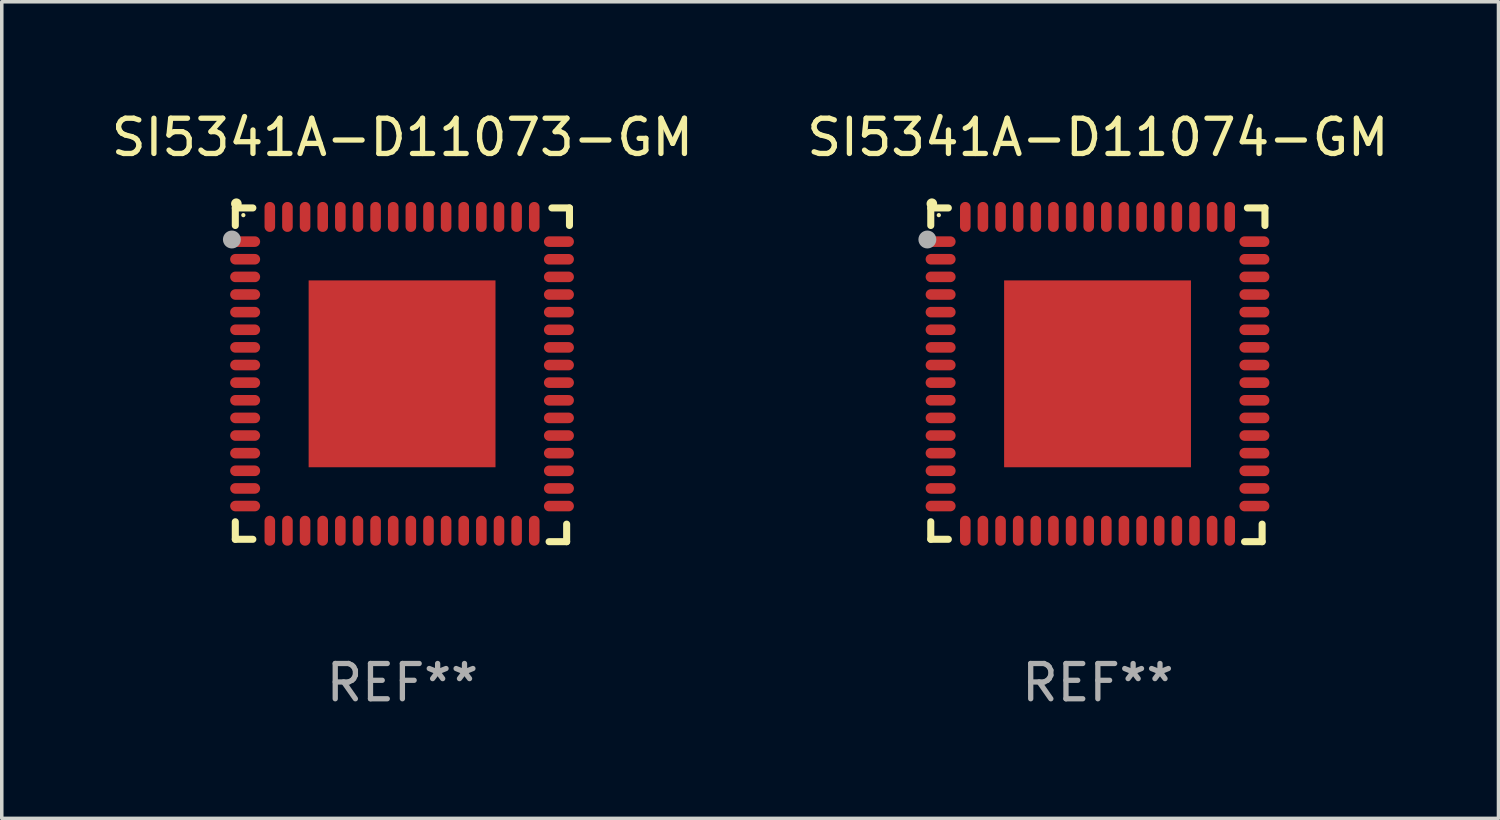
<source format=kicad_pcb>
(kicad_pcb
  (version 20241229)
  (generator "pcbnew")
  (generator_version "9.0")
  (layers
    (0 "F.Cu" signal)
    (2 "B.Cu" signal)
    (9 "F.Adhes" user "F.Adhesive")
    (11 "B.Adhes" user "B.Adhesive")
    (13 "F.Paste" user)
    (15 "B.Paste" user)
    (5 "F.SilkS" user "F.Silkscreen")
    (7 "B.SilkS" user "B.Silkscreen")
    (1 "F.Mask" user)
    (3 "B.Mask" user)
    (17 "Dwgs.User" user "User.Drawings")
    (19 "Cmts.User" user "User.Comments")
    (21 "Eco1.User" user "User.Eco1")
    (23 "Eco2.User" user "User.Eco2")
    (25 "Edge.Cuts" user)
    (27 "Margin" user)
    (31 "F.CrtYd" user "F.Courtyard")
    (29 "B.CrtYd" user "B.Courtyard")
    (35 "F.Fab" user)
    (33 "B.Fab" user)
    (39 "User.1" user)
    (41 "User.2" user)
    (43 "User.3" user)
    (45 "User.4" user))
  (footprint "SI5341A-D11073-GM"
    (layer "F.Cu")
    (at 8.363 7.581)
    (property "Reference" "SI5341A-D11073-GM" (at 0 -6.733 0) (layer "F.SilkS") (effects (font (size 1 1) (thickness 0.15))))
    (attr through_hole)
    (fp_line (start -4.739 -4.733) (end -4.241 -4.733) (stroke (width 0.2) (type solid)) (layer "F.SilkS"))
    (fp_line (start -4.739 -4.235) (end -4.739 -4.733) (stroke (width 0.2) (type solid)) (layer "F.SilkS"))
    (fp_line (start -4.739 4.168) (end -4.739 4.665) (stroke (width 0.2) (type solid)) (layer "F.SilkS"))
    (fp_line (start -4.739 4.665) (end -4.241 4.665) (stroke (width 0.2) (type solid)) (layer "F.SilkS"))
    (fp_line (start 4.161 4.733) (end 4.659 4.733) (stroke (width 0.2) (type solid)) (layer "F.SilkS"))
    (fp_line (start 4.241 -4.733) (end 4.739 -4.733) (stroke (width 0.2) (type solid)) (layer "F.SilkS"))
    (fp_line (start 4.659 4.733) (end 4.659 4.235) (stroke (width 0.2) (type solid)) (layer "F.SilkS"))
    (fp_line (start 4.739 -4.733) (end 4.739 -4.235) (stroke (width 0.2) (type solid)) (layer "F.SilkS"))
    (fp_arc (start -4.708623 -4.85108) (mid -4.708628 -4.85235) (end -4.708623 -4.85362) (stroke (width 0.3) (type solid)) (layer "F.SilkS"))
    (fp_circle (center -4.511 -4.529) (end -4.481 -4.529) (stroke (width 0.06) (type solid)) (fill no) (layer "F.SilkS"))
    (fp_circle (center -4.836 -3.838) (end -4.709 -3.838) (stroke (width 0.254) (type solid)) (fill no) (layer "F.Fab"))
    (fp_text user "REF**" (at 0 8.733 0) (layer "F.Fab") (effects (font (size 1 1) (thickness 0.15))))
    (pad "1" smd oval (at -4.46 -3.778) (size 0.85 0.3) (layers "F.Cu" "F.Mask" "F.Paste"))
    (pad "2" smd oval (at -4.46 -3.278) (size 0.85 0.3) (layers "F.Cu" "F.Mask" "F.Paste"))
    (pad "3" smd oval (at -4.46 -2.778) (size 0.85 0.3) (layers "F.Cu" "F.Mask" "F.Paste"))
    (pad "4" smd oval (at -4.46 -2.278) (size 0.85 0.3) (layers "F.Cu" "F.Mask" "F.Paste"))
    (pad "5" smd oval (at -4.46 -1.778) (size 0.85 0.3) (layers "F.Cu" "F.Mask" "F.Paste"))
    (pad "6" smd oval (at -4.46 -1.278) (size 0.85 0.3) (layers "F.Cu" "F.Mask" "F.Paste"))
    (pad "7" smd oval (at -4.46 -0.778) (size 0.85 0.3) (layers "F.Cu" "F.Mask" "F.Paste"))
    (pad "8" smd oval (at -4.46 -0.278) (size 0.85 0.3) (layers "F.Cu" "F.Mask" "F.Paste"))
    (pad "9" smd oval (at -4.46 0.222) (size 0.85 0.3) (layers "F.Cu" "F.Mask" "F.Paste"))
    (pad "10" smd oval (at -4.46 0.722) (size 0.85 0.3) (layers "F.Cu" "F.Mask" "F.Paste"))
    (pad "11" smd oval (at -4.46 1.222) (size 0.85 0.3) (layers "F.Cu" "F.Mask" "F.Paste"))
    (pad "12" smd oval (at -4.46 1.722) (size 0.85 0.3) (layers "F.Cu" "F.Mask" "F.Paste"))
    (pad "13" smd oval (at -4.46 2.222) (size 0.85 0.3) (layers "F.Cu" "F.Mask" "F.Paste"))
    (pad "14" smd oval (at -4.46 2.722) (size 0.85 0.3) (layers "F.Cu" "F.Mask" "F.Paste"))
    (pad "15" smd oval (at -4.46 3.222) (size 0.85 0.3) (layers "F.Cu" "F.Mask" "F.Paste"))
    (pad "16" smd oval (at -4.46 3.722) (size 0.85 0.3) (layers "F.Cu" "F.Mask" "F.Paste"))
    (pad "17" smd oval (at -3.76 4.422) (size 0.3 0.85) (layers "F.Cu" "F.Mask" "F.Paste"))
    (pad "18" smd oval (at -3.26 4.422) (size 0.3 0.85) (layers "F.Cu" "F.Mask" "F.Paste"))
    (pad "19" smd oval (at -2.76 4.422) (size 0.3 0.85) (layers "F.Cu" "F.Mask" "F.Paste"))
    (pad "20" smd oval (at -2.26 4.422) (size 0.3 0.85) (layers "F.Cu" "F.Mask" "F.Paste"))
    (pad "21" smd oval (at -1.76 4.422) (size 0.3 0.85) (layers "F.Cu" "F.Mask" "F.Paste"))
    (pad "22" smd oval (at -1.26 4.422) (size 0.3 0.85) (layers "F.Cu" "F.Mask" "F.Paste"))
    (pad "23" smd oval (at -0.76 4.422) (size 0.3 0.85) (layers "F.Cu" "F.Mask" "F.Paste"))
    (pad "24" smd oval (at -0.26 4.422) (size 0.3 0.85) (layers "F.Cu" "F.Mask" "F.Paste"))
    (pad "25" smd oval (at 0.24 4.422) (size 0.3 0.85) (layers "F.Cu" "F.Mask" "F.Paste"))
    (pad "26" smd oval (at 0.74 4.422) (size 0.3 0.85) (layers "F.Cu" "F.Mask" "F.Paste"))
    (pad "27" smd oval (at 1.24 4.422) (size 0.3 0.85) (layers "F.Cu" "F.Mask" "F.Paste"))
    (pad "28" smd oval (at 1.74 4.422) (size 0.3 0.85) (layers "F.Cu" "F.Mask" "F.Paste"))
    (pad "29" smd oval (at 2.24 4.422) (size 0.3 0.85) (layers "F.Cu" "F.Mask" "F.Paste"))
    (pad "30" smd oval (at 2.74 4.422) (size 0.3 0.85) (layers "F.Cu" "F.Mask" "F.Paste"))
    (pad "31" smd oval (at 3.24 4.422) (size 0.3 0.85) (layers "F.Cu" "F.Mask" "F.Paste"))
    (pad "32" smd oval (at 3.74 4.422) (size 0.3 0.85) (layers "F.Cu" "F.Mask" "F.Paste"))
    (pad "33" smd oval (at 4.44 3.723) (size 0.85 0.3) (layers "F.Cu" "F.Mask" "F.Paste"))
    (pad "34" smd oval (at 4.44 3.222) (size 0.85 0.3) (layers "F.Cu" "F.Mask" "F.Paste"))
    (pad "35" smd oval (at 4.44 2.723) (size 0.85 0.3) (layers "F.Cu" "F.Mask" "F.Paste"))
    (pad "36" smd oval (at 4.44 2.222) (size 0.85 0.3) (layers "F.Cu" "F.Mask" "F.Paste"))
    (pad "37" smd oval (at 4.44 1.723) (size 0.85 0.3) (layers "F.Cu" "F.Mask" "F.Paste"))
    (pad "38" smd oval (at 4.44 1.222) (size 0.85 0.3) (layers "F.Cu" "F.Mask" "F.Paste"))
    (pad "39" smd oval (at 4.44 0.723) (size 0.85 0.3) (layers "F.Cu" "F.Mask" "F.Paste"))
    (pad "40" smd oval (at 4.44 0.222) (size 0.85 0.3) (layers "F.Cu" "F.Mask" "F.Paste"))
    (pad "41" smd oval (at 4.44 -0.277) (size 0.85 0.3) (layers "F.Cu" "F.Mask" "F.Paste"))
    (pad "42" smd oval (at 4.44 -0.778) (size 0.85 0.3) (layers "F.Cu" "F.Mask" "F.Paste"))
    (pad "43" smd oval (at 4.44 -1.277) (size 0.85 0.3) (layers "F.Cu" "F.Mask" "F.Paste"))
    (pad "44" smd oval (at 4.44 -1.778) (size 0.85 0.3) (layers "F.Cu" "F.Mask" "F.Paste"))
    (pad "45" smd oval (at 4.44 -2.277) (size 0.85 0.3) (layers "F.Cu" "F.Mask" "F.Paste"))
    (pad "46" smd oval (at 4.44 -2.778) (size 0.85 0.3) (layers "F.Cu" "F.Mask" "F.Paste"))
    (pad "47" smd oval (at 4.44 -3.277) (size 0.85 0.3) (layers "F.Cu" "F.Mask" "F.Paste"))
    (pad "48" smd oval (at 4.44 -3.778) (size 0.85 0.3) (layers "F.Cu" "F.Mask" "F.Paste"))
    (pad "49" smd oval (at 3.74 -4.478) (size 0.3 0.85) (layers "F.Cu" "F.Mask" "F.Paste"))
    (pad "50" smd oval (at 3.24 -4.478) (size 0.3 0.85) (layers "F.Cu" "F.Mask" "F.Paste"))
    (pad "51" smd oval (at 2.74 -4.478) (size 0.3 0.85) (layers "F.Cu" "F.Mask" "F.Paste"))
    (pad "52" smd oval (at 2.24 -4.478) (size 0.3 0.85) (layers "F.Cu" "F.Mask" "F.Paste"))
    (pad "53" smd oval (at 1.74 -4.478) (size 0.3 0.85) (layers "F.Cu" "F.Mask" "F.Paste"))
    (pad "54" smd oval (at 1.24 -4.478) (size 0.3 0.85) (layers "F.Cu" "F.Mask" "F.Paste"))
    (pad "55" smd oval (at 0.74 -4.478) (size 0.3 0.85) (layers "F.Cu" "F.Mask" "F.Paste"))
    (pad "56" smd oval (at 0.24 -4.478) (size 0.3 0.85) (layers "F.Cu" "F.Mask" "F.Paste"))
    (pad "57" smd oval (at -0.26 -4.478) (size 0.3 0.85) (layers "F.Cu" "F.Mask" "F.Paste"))
    (pad "58" smd oval (at -0.76 -4.478) (size 0.3 0.85) (layers "F.Cu" "F.Mask" "F.Paste"))
    (pad "59" smd oval (at -1.26 -4.478) (size 0.3 0.85) (layers "F.Cu" "F.Mask" "F.Paste"))
    (pad "60" smd oval (at -1.76 -4.478) (size 0.3 0.85) (layers "F.Cu" "F.Mask" "F.Paste"))
    (pad "61" smd oval (at -2.26 -4.478) (size 0.3 0.85) (layers "F.Cu" "F.Mask" "F.Paste"))
    (pad "62" smd oval (at -2.76 -4.478) (size 0.3 0.85) (layers "F.Cu" "F.Mask" "F.Paste"))
    (pad "63" smd oval (at -3.26 -4.478) (size 0.3 0.85) (layers "F.Cu" "F.Mask" "F.Paste"))
    (pad "64" smd oval (at -3.76 -4.478) (size 0.3 0.85) (layers "F.Cu" "F.Mask" "F.Paste"))
    (pad "65" smd rect (at -0.009 -0.028 90) (size 5.3 5.3) (layers "F.Cu" "F.Mask" "F.Paste")))
  (footprint "SI5341A-D11074-GM"
    (layer "F.Cu")
    (at 28.089 7.581)
    (property "Reference" "SI5341A-D11074-GM" (at 0 -6.733 0) (layer "F.SilkS") (effects (font (size 1 1) (thickness 0.15))))
    (attr through_hole)
    (fp_line (start -4.739 -4.733) (end -4.241 -4.733) (stroke (width 0.2) (type solid)) (layer "F.SilkS"))
    (fp_line (start -4.739 -4.235) (end -4.739 -4.733) (stroke (width 0.2) (type solid)) (layer "F.SilkS"))
    (fp_line (start -4.739 4.168) (end -4.739 4.665) (stroke (width 0.2) (type solid)) (layer "F.SilkS"))
    (fp_line (start -4.739 4.665) (end -4.241 4.665) (stroke (width 0.2) (type solid)) (layer "F.SilkS"))
    (fp_line (start 4.161 4.733) (end 4.659 4.733) (stroke (width 0.2) (type solid)) (layer "F.SilkS"))
    (fp_line (start 4.241 -4.733) (end 4.739 -4.733) (stroke (width 0.2) (type solid)) (layer "F.SilkS"))
    (fp_line (start 4.659 4.733) (end 4.659 4.235) (stroke (width 0.2) (type solid)) (layer "F.SilkS"))
    (fp_line (start 4.739 -4.733) (end 4.739 -4.235) (stroke (width 0.2) (type solid)) (layer "F.SilkS"))
    (fp_arc (start -4.708623 -4.85108) (mid -4.708628 -4.85235) (end -4.708623 -4.85362) (stroke (width 0.3) (type solid)) (layer "F.SilkS"))
    (fp_circle (center -4.511 -4.529) (end -4.481 -4.529) (stroke (width 0.06) (type solid)) (fill no) (layer "F.SilkS"))
    (fp_circle (center -4.836 -3.838) (end -4.709 -3.838) (stroke (width 0.254) (type solid)) (fill no) (layer "F.Fab"))
    (fp_text user "REF**" (at 0 8.733 0) (layer "F.Fab") (effects (font (size 1 1) (thickness 0.15))))
    (pad "1" smd oval (at -4.46 -3.778) (size 0.85 0.3) (layers "F.Cu" "F.Mask" "F.Paste"))
    (pad "2" smd oval (at -4.46 -3.278) (size 0.85 0.3) (layers "F.Cu" "F.Mask" "F.Paste"))
    (pad "3" smd oval (at -4.46 -2.778) (size 0.85 0.3) (layers "F.Cu" "F.Mask" "F.Paste"))
    (pad "4" smd oval (at -4.46 -2.278) (size 0.85 0.3) (layers "F.Cu" "F.Mask" "F.Paste"))
    (pad "5" smd oval (at -4.46 -1.778) (size 0.85 0.3) (layers "F.Cu" "F.Mask" "F.Paste"))
    (pad "6" smd oval (at -4.46 -1.278) (size 0.85 0.3) (layers "F.Cu" "F.Mask" "F.Paste"))
    (pad "7" smd oval (at -4.46 -0.778) (size 0.85 0.3) (layers "F.Cu" "F.Mask" "F.Paste"))
    (pad "8" smd oval (at -4.46 -0.278) (size 0.85 0.3) (layers "F.Cu" "F.Mask" "F.Paste"))
    (pad "9" smd oval (at -4.46 0.222) (size 0.85 0.3) (layers "F.Cu" "F.Mask" "F.Paste"))
    (pad "10" smd oval (at -4.46 0.722) (size 0.85 0.3) (layers "F.Cu" "F.Mask" "F.Paste"))
    (pad "11" smd oval (at -4.46 1.222) (size 0.85 0.3) (layers "F.Cu" "F.Mask" "F.Paste"))
    (pad "12" smd oval (at -4.46 1.722) (size 0.85 0.3) (layers "F.Cu" "F.Mask" "F.Paste"))
    (pad "13" smd oval (at -4.46 2.222) (size 0.85 0.3) (layers "F.Cu" "F.Mask" "F.Paste"))
    (pad "14" smd oval (at -4.46 2.722) (size 0.85 0.3) (layers "F.Cu" "F.Mask" "F.Paste"))
    (pad "15" smd oval (at -4.46 3.222) (size 0.85 0.3) (layers "F.Cu" "F.Mask" "F.Paste"))
    (pad "16" smd oval (at -4.46 3.722) (size 0.85 0.3) (layers "F.Cu" "F.Mask" "F.Paste"))
    (pad "17" smd oval (at -3.76 4.422) (size 0.3 0.85) (layers "F.Cu" "F.Mask" "F.Paste"))
    (pad "18" smd oval (at -3.26 4.422) (size 0.3 0.85) (layers "F.Cu" "F.Mask" "F.Paste"))
    (pad "19" smd oval (at -2.76 4.422) (size 0.3 0.85) (layers "F.Cu" "F.Mask" "F.Paste"))
    (pad "20" smd oval (at -2.26 4.422) (size 0.3 0.85) (layers "F.Cu" "F.Mask" "F.Paste"))
    (pad "21" smd oval (at -1.76 4.422) (size 0.3 0.85) (layers "F.Cu" "F.Mask" "F.Paste"))
    (pad "22" smd oval (at -1.26 4.422) (size 0.3 0.85) (layers "F.Cu" "F.Mask" "F.Paste"))
    (pad "23" smd oval (at -0.76 4.422) (size 0.3 0.85) (layers "F.Cu" "F.Mask" "F.Paste"))
    (pad "24" smd oval (at -0.26 4.422) (size 0.3 0.85) (layers "F.Cu" "F.Mask" "F.Paste"))
    (pad "25" smd oval (at 0.24 4.422) (size 0.3 0.85) (layers "F.Cu" "F.Mask" "F.Paste"))
    (pad "26" smd oval (at 0.74 4.422) (size 0.3 0.85) (layers "F.Cu" "F.Mask" "F.Paste"))
    (pad "27" smd oval (at 1.24 4.422) (size 0.3 0.85) (layers "F.Cu" "F.Mask" "F.Paste"))
    (pad "28" smd oval (at 1.74 4.422) (size 0.3 0.85) (layers "F.Cu" "F.Mask" "F.Paste"))
    (pad "29" smd oval (at 2.24 4.422) (size 0.3 0.85) (layers "F.Cu" "F.Mask" "F.Paste"))
    (pad "30" smd oval (at 2.74 4.422) (size 0.3 0.85) (layers "F.Cu" "F.Mask" "F.Paste"))
    (pad "31" smd oval (at 3.24 4.422) (size 0.3 0.85) (layers "F.Cu" "F.Mask" "F.Paste"))
    (pad "32" smd oval (at 3.74 4.422) (size 0.3 0.85) (layers "F.Cu" "F.Mask" "F.Paste"))
    (pad "33" smd oval (at 4.44 3.723) (size 0.85 0.3) (layers "F.Cu" "F.Mask" "F.Paste"))
    (pad "34" smd oval (at 4.44 3.222) (size 0.85 0.3) (layers "F.Cu" "F.Mask" "F.Paste"))
    (pad "35" smd oval (at 4.44 2.723) (size 0.85 0.3) (layers "F.Cu" "F.Mask" "F.Paste"))
    (pad "36" smd oval (at 4.44 2.222) (size 0.85 0.3) (layers "F.Cu" "F.Mask" "F.Paste"))
    (pad "37" smd oval (at 4.44 1.723) (size 0.85 0.3) (layers "F.Cu" "F.Mask" "F.Paste"))
    (pad "38" smd oval (at 4.44 1.222) (size 0.85 0.3) (layers "F.Cu" "F.Mask" "F.Paste"))
    (pad "39" smd oval (at 4.44 0.723) (size 0.85 0.3) (layers "F.Cu" "F.Mask" "F.Paste"))
    (pad "40" smd oval (at 4.44 0.222) (size 0.85 0.3) (layers "F.Cu" "F.Mask" "F.Paste"))
    (pad "41" smd oval (at 4.44 -0.277) (size 0.85 0.3) (layers "F.Cu" "F.Mask" "F.Paste"))
    (pad "42" smd oval (at 4.44 -0.778) (size 0.85 0.3) (layers "F.Cu" "F.Mask" "F.Paste"))
    (pad "43" smd oval (at 4.44 -1.277) (size 0.85 0.3) (layers "F.Cu" "F.Mask" "F.Paste"))
    (pad "44" smd oval (at 4.44 -1.778) (size 0.85 0.3) (layers "F.Cu" "F.Mask" "F.Paste"))
    (pad "45" smd oval (at 4.44 -2.277) (size 0.85 0.3) (layers "F.Cu" "F.Mask" "F.Paste"))
    (pad "46" smd oval (at 4.44 -2.778) (size 0.85 0.3) (layers "F.Cu" "F.Mask" "F.Paste"))
    (pad "47" smd oval (at 4.44 -3.277) (size 0.85 0.3) (layers "F.Cu" "F.Mask" "F.Paste"))
    (pad "48" smd oval (at 4.44 -3.778) (size 0.85 0.3) (layers "F.Cu" "F.Mask" "F.Paste"))
    (pad "49" smd oval (at 3.74 -4.478) (size 0.3 0.85) (layers "F.Cu" "F.Mask" "F.Paste"))
    (pad "50" smd oval (at 3.24 -4.478) (size 0.3 0.85) (layers "F.Cu" "F.Mask" "F.Paste"))
    (pad "51" smd oval (at 2.74 -4.478) (size 0.3 0.85) (layers "F.Cu" "F.Mask" "F.Paste"))
    (pad "52" smd oval (at 2.24 -4.478) (size 0.3 0.85) (layers "F.Cu" "F.Mask" "F.Paste"))
    (pad "53" smd oval (at 1.74 -4.478) (size 0.3 0.85) (layers "F.Cu" "F.Mask" "F.Paste"))
    (pad "54" smd oval (at 1.24 -4.478) (size 0.3 0.85) (layers "F.Cu" "F.Mask" "F.Paste"))
    (pad "55" smd oval (at 0.74 -4.478) (size 0.3 0.85) (layers "F.Cu" "F.Mask" "F.Paste"))
    (pad "56" smd oval (at 0.24 -4.478) (size 0.3 0.85) (layers "F.Cu" "F.Mask" "F.Paste"))
    (pad "57" smd oval (at -0.26 -4.478) (size 0.3 0.85) (layers "F.Cu" "F.Mask" "F.Paste"))
    (pad "58" smd oval (at -0.76 -4.478) (size 0.3 0.85) (layers "F.Cu" "F.Mask" "F.Paste"))
    (pad "59" smd oval (at -1.26 -4.478) (size 0.3 0.85) (layers "F.Cu" "F.Mask" "F.Paste"))
    (pad "60" smd oval (at -1.76 -4.478) (size 0.3 0.85) (layers "F.Cu" "F.Mask" "F.Paste"))
    (pad "61" smd oval (at -2.26 -4.478) (size 0.3 0.85) (layers "F.Cu" "F.Mask" "F.Paste"))
    (pad "62" smd oval (at -2.76 -4.478) (size 0.3 0.85) (layers "F.Cu" "F.Mask" "F.Paste"))
    (pad "63" smd oval (at -3.26 -4.478) (size 0.3 0.85) (layers "F.Cu" "F.Mask" "F.Paste"))
    (pad "64" smd oval (at -3.76 -4.478) (size 0.3 0.85) (layers "F.Cu" "F.Mask" "F.Paste"))
    (pad "65" smd rect (at -0.009 -0.028 90) (size 5.3 5.3) (layers "F.Cu" "F.Mask" "F.Paste")))
  (gr_rect
    (start -3 -3)
    (end 39.452 20.162)
    (stroke (width 0.1) (type default))
    (fill no)
    (layer "Edge.Cuts")))
</source>
